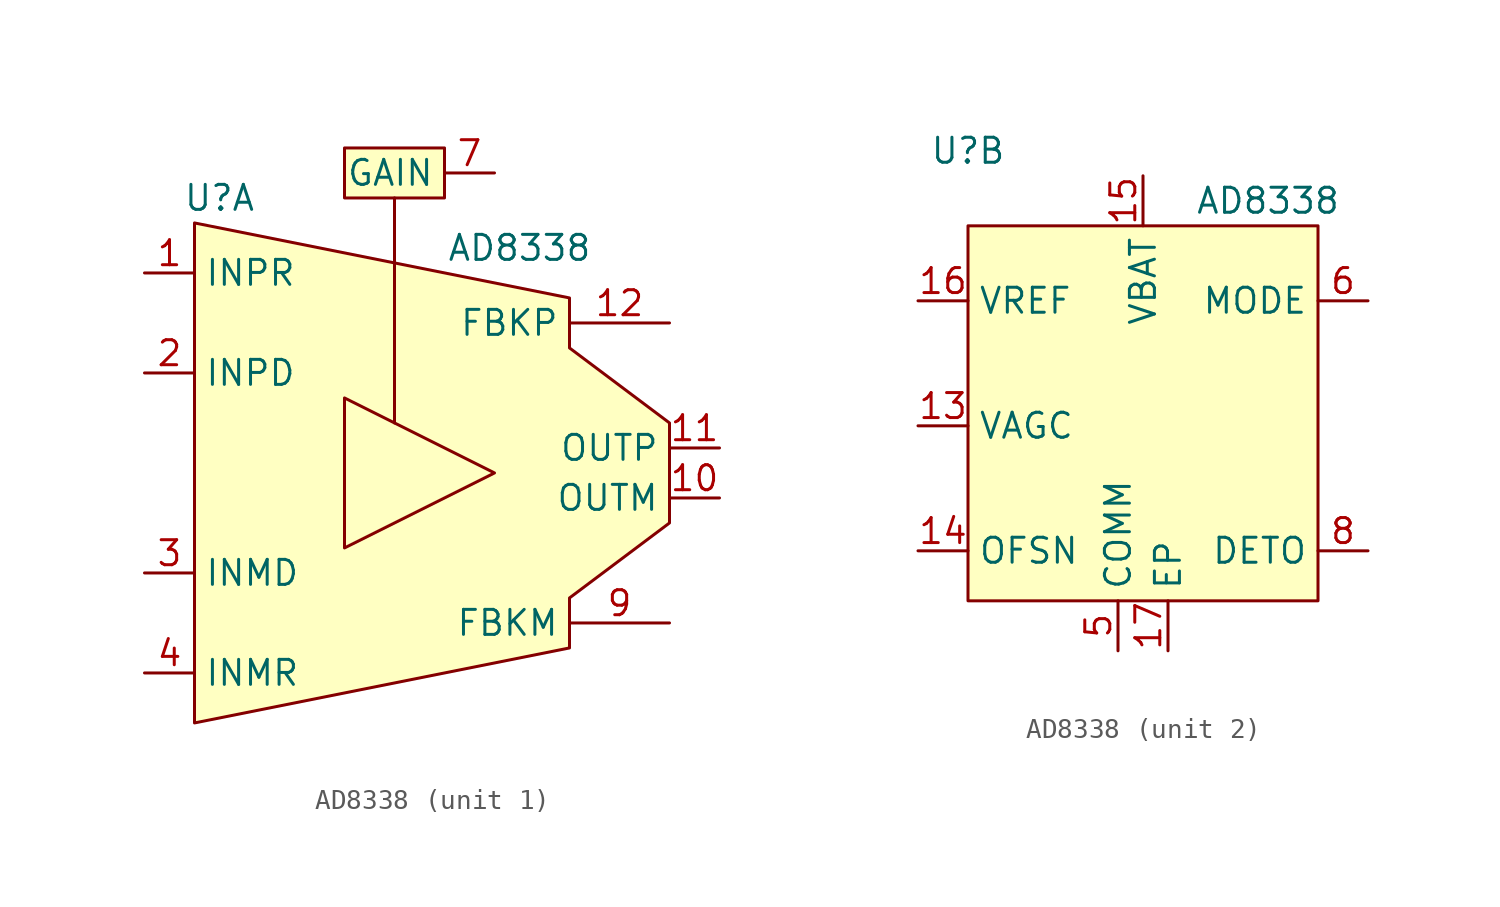
<source format=kicad_sym>
(kicad_symbol_lib
  (version 20220914)
  (generator kicad_symbol_editor)
  (symbol "AD8338"
    (property "Reference" "U"
      (at -8.89 13.97 0)
      (effects (font (size 1.27 1.27))))
    (property "Value" "AD8338"
      (at 6.35 11.43 0)
      (effects (font (size 1.27 1.27))))
    (property "ki_locked" ""
      (at 0 0 0)
      (effects (font (size 1.27 1.27))))
    (symbol "AD8338_1_1"
      (rectangle (start -2.54 16.51) (end 2.54 13.97) (stroke (width 0) (type default)) (fill (type background)))
      (polyline (pts (xy 0 13.97) (xy 0 2.54)) (stroke (width 0) (type default)) (fill (type none)))
      (polyline (pts (xy -2.54 3.81) (xy -2.54 -3.81) (xy 5.08 0) (xy -2.54 3.81)) (stroke (width 0) (type default)) (fill (type none)))
      (polyline (pts (xy 13.97 -2.54) (xy 13.97 2.54) (xy 8.89 6.35) (xy 8.89 8.89) (xy -10.16 12.7) (xy -10.16 0) (xy -10.16 -12.7) (xy 8.89 -8.89) (xy 8.89 -6.35) (xy 13.97 -2.54)) (stroke (width 0) (type default)) (fill (type background)))
      (pin passive line (at -12.7 10.16 0) (length 2.54) (name "INPR" (effects (font (size 1.27 1.27)))) (number "1" (effects (font (size 1.27 1.27)))))
      (pin passive line (at 16.51 -1.27 180) (length 2.54) (name "OUTM" (effects (font (size 1.27 1.27)))) (number "10" (effects (font (size 1.27 1.27)))))
      (pin passive line (at 16.51 1.27 180) (length 2.54) (name "OUTP" (effects (font (size 1.27 1.27)))) (number "11" (effects (font (size 1.27 1.27)))))
      (pin passive line (at 13.97 7.62 180) (length 5.08) (name "FBKP" (effects (font (size 1.27 1.27)))) (number "12" (effects (font (size 1.27 1.27)))))
      (pin passive line (at -12.7 5.08 0) (length 2.54) (name "INPD" (effects (font (size 1.27 1.27)))) (number "2" (effects (font (size 1.27 1.27)))))
      (pin passive line (at -12.7 -5.08 0) (length 2.54) (name "INMD" (effects (font (size 1.27 1.27)))) (number "3" (effects (font (size 1.27 1.27)))))
      (pin passive line (at -12.7 -10.16 0) (length 2.54) (name "INMR" (effects (font (size 1.27 1.27)))) (number "4" (effects (font (size 1.27 1.27)))))
      (pin passive line (at 5.08 15.24 180) (length 2.54) (name "GAIN" (effects (font (size 1.27 1.27)))) (number "7" (effects (font (size 1.27 1.27)))))
      (pin passive line (at 13.97 -7.62 180) (length 5.08) (name "FBKM" (effects (font (size 1.27 1.27)))) (number "9" (effects (font (size 1.27 1.27))))))
    (symbol "AD8338_2_1"
      (rectangle (start -8.89 10.16) (end 8.89 -8.89) (stroke (width 0) (type default)) (fill (type background)))
      (pin passive line (at -11.43 0 0) (length 2.54) (name "VAGC" (effects (font (size 1.27 1.27)))) (number "13" (effects (font (size 1.27 1.27)))))
      (pin passive line (at -11.43 -6.35 0) (length 2.54) (name "OFSN" (effects (font (size 1.27 1.27)))) (number "14" (effects (font (size 1.27 1.27)))))
      (pin passive line (at 0 12.7 270) (length 2.54) (name "VBAT" (effects (font (size 1.27 1.27)))) (number "15" (effects (font (size 1.27 1.27)))))
      (pin passive line (at -11.43 6.35 0) (length 2.54) (name "VREF" (effects (font (size 1.27 1.27)))) (number "16" (effects (font (size 1.27 1.27)))))
      (pin passive line (at 1.27 -11.43 90) (length 2.54) (name "EP" (effects (font (size 1.27 1.27)))) (number "17" (effects (font (size 1.27 1.27)))))
      (pin passive line (at -1.27 -11.43 90) (length 2.54) (name "COMM" (effects (font (size 1.27 1.27)))) (number "5" (effects (font (size 1.27 1.27)))))
      (pin passive line (at 11.43 6.35 180) (length 2.54) (name "MODE" (effects (font (size 1.27 1.27)))) (number "6" (effects (font (size 1.27 1.27)))))
      (pin passive line (at 11.43 -6.35 180) (length 2.54) (name "DETO" (effects (font (size 1.27 1.27)))) (number "8" (effects (font (size 1.27 1.27))))))))
</source>
